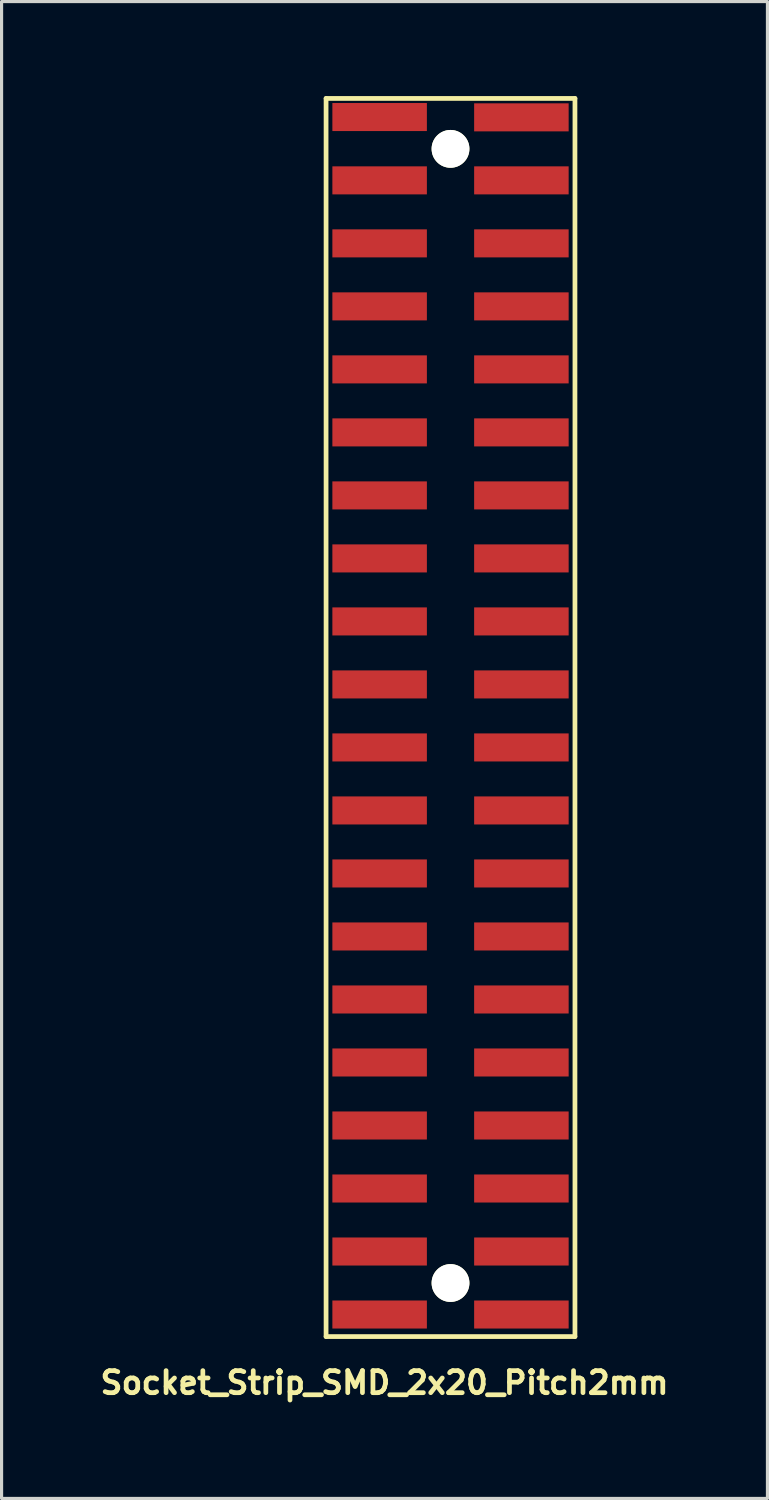
<source format=kicad_pcb>
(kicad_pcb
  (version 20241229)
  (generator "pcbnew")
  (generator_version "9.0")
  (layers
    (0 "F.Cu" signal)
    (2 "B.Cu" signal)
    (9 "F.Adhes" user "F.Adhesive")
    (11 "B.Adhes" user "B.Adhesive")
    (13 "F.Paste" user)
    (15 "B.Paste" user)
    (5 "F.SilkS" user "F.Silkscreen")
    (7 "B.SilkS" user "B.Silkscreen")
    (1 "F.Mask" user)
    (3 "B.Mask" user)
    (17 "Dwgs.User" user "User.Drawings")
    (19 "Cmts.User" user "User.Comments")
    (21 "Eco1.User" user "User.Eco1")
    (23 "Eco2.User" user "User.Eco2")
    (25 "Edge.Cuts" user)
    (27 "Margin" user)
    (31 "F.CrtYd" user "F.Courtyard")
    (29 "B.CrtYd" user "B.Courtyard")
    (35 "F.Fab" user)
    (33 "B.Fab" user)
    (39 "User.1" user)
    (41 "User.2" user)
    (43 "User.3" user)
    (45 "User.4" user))
  (footprint "Socket_Strip_SMD_2x20_Pitch2mm"
    (layer "F.Cu")
    (at 12.25 0.675)
    (property "Reference" "Socket_Strip_SMD_2x20_Pitch2mm" (at -3.095 40.165 0) (layer "F.SilkS") (effects (font (size 0.7 0.7) (thickness 0.15))))
    (attr smd)
    (fp_line (start -4.95 -0.6) (end -4.95 38.7) (stroke (width 0.15) (type solid)) (layer "F.SilkS"))
    (fp_line (start -4.95 -0.6) (end 2.95 -0.6) (stroke (width 0.15) (type solid)) (layer "F.SilkS"))
    (fp_line (start -4.95 38.7) (end 2.95 38.7) (stroke (width 0.15) (type solid)) (layer "F.SilkS"))
    (fp_line (start 2.95 -0.6) (end 2.95 38.7) (stroke (width 0.15) (type solid)) (layer "F.SilkS"))
    (pad "" np_thru_hole circle (at -1 1 270) (size 1.2 1.2) (drill 1.2) (layers "*.Cu" "*.Mask" "F.SilkS"))
    (pad "" np_thru_hole circle (at -1 37 270) (size 1.2 1.2) (drill 1.2) (layers "*.Cu" "*.Mask" "F.SilkS"))
    (pad "1" smd rect (at 1.25 0 270) (size 0.89 3) (layers "F.Cu" "F.Mask" "F.Paste"))
    (pad "2" smd rect (at -3.25 -0.01 270) (size 0.89 3) (layers "F.Cu" "F.Mask" "F.Paste"))
    (pad "3" smd rect (at 1.25 2 270) (size 0.89 3) (layers "F.Cu" "F.Mask" "F.Paste"))
    (pad "4" smd rect (at -3.25 2 270) (size 0.89 3) (layers "F.Cu" "F.Mask" "F.Paste"))
    (pad "5" smd rect (at 1.25 4 270) (size 0.89 3) (layers "F.Cu" "F.Mask" "F.Paste"))
    (pad "6" smd rect (at -3.25 4 270) (size 0.89 3) (layers "F.Cu" "F.Mask" "F.Paste"))
    (pad "7" smd rect (at 1.25 6 270) (size 0.89 3) (layers "F.Cu" "F.Mask" "F.Paste"))
    (pad "8" smd rect (at -3.25 6 270) (size 0.89 3) (layers "F.Cu" "F.Mask" "F.Paste"))
    (pad "9" smd rect (at 1.25 8 270) (size 0.89 3) (layers "F.Cu" "F.Mask" "F.Paste"))
    (pad "10" smd rect (at -3.25 8 270) (size 0.89 3) (layers "F.Cu" "F.Mask" "F.Paste"))
    (pad "11" smd rect (at 1.25 10 270) (size 0.89 3) (layers "F.Cu" "F.Mask" "F.Paste"))
    (pad "12" smd rect (at -3.25 10 270) (size 0.89 3) (layers "F.Cu" "F.Mask" "F.Paste"))
    (pad "13" smd rect (at 1.25 12 270) (size 0.89 3) (layers "F.Cu" "F.Mask" "F.Paste"))
    (pad "14" smd rect (at -3.25 12 270) (size 0.89 3) (layers "F.Cu" "F.Mask" "F.Paste"))
    (pad "15" smd rect (at 1.25 14 270) (size 0.89 3) (layers "F.Cu" "F.Mask" "F.Paste"))
    (pad "16" smd rect (at -3.25 14 270) (size 0.89 3) (layers "F.Cu" "F.Mask" "F.Paste"))
    (pad "17" smd rect (at 1.25 16 270) (size 0.89 3) (layers "F.Cu" "F.Mask" "F.Paste"))
    (pad "18" smd rect (at -3.25 16 270) (size 0.89 3) (layers "F.Cu" "F.Mask" "F.Paste"))
    (pad "19" smd rect (at 1.25 18 270) (size 0.89 3) (layers "F.Cu" "F.Mask" "F.Paste"))
    (pad "20" smd rect (at -3.25 18 270) (size 0.89 3) (layers "F.Cu" "F.Mask" "F.Paste"))
    (pad "21" smd rect (at 1.25 20 270) (size 0.89 3) (layers "F.Cu" "F.Mask" "F.Paste"))
    (pad "22" smd rect (at -3.25 20 270) (size 0.89 3) (layers "F.Cu" "F.Mask" "F.Paste"))
    (pad "23" smd rect (at 1.25 22 270) (size 0.89 3) (layers "F.Cu" "F.Mask" "F.Paste"))
    (pad "24" smd rect (at -3.25 22 270) (size 0.89 3) (layers "F.Cu" "F.Mask" "F.Paste"))
    (pad "25" smd rect (at 1.25 24 270) (size 0.89 3) (layers "F.Cu" "F.Mask" "F.Paste"))
    (pad "26" smd rect (at -3.25 24 270) (size 0.89 3) (layers "F.Cu" "F.Mask" "F.Paste"))
    (pad "27" smd rect (at 1.25 26 270) (size 0.89 3) (layers "F.Cu" "F.Mask" "F.Paste"))
    (pad "28" smd rect (at -3.25 26 270) (size 0.89 3) (layers "F.Cu" "F.Mask" "F.Paste"))
    (pad "29" smd rect (at 1.25 28 270) (size 0.89 3) (layers "F.Cu" "F.Mask" "F.Paste"))
    (pad "30" smd rect (at -3.25 28 270) (size 0.89 3) (layers "F.Cu" "F.Mask" "F.Paste"))
    (pad "31" smd rect (at 1.25 30 270) (size 0.89 3) (layers "F.Cu" "F.Mask" "F.Paste"))
    (pad "32" smd rect (at -3.25 30 270) (size 0.89 3) (layers "F.Cu" "F.Mask" "F.Paste"))
    (pad "33" smd rect (at 1.25 32 270) (size 0.89 3) (layers "F.Cu" "F.Mask" "F.Paste"))
    (pad "34" smd rect (at -3.25 32 270) (size 0.89 3) (layers "F.Cu" "F.Mask" "F.Paste"))
    (pad "35" smd rect (at 1.25 34 270) (size 0.89 3) (layers "F.Cu" "F.Mask" "F.Paste"))
    (pad "36" smd rect (at -3.25 34 270) (size 0.89 3) (layers "F.Cu" "F.Mask" "F.Paste"))
    (pad "37" smd rect (at 1.25 36 270) (size 0.89 3) (layers "F.Cu" "F.Mask" "F.Paste"))
    (pad "38" smd rect (at -3.25 36 270) (size 0.89 3) (layers "F.Cu" "F.Mask" "F.Paste"))
    (pad "39" smd rect (at 1.25 38 270) (size 0.89 3) (layers "F.Cu" "F.Mask" "F.Paste"))
    (pad "40" smd rect (at -3.25 38 270) (size 0.89 3) (layers "F.Cu" "F.Mask" "F.Paste")))
  (gr_rect
    (start -3 -3)
    (end 21.31 44.513)
    (stroke (width 0.1) (type default))
    (fill no)
    (layer "Edge.Cuts")))
</source>
